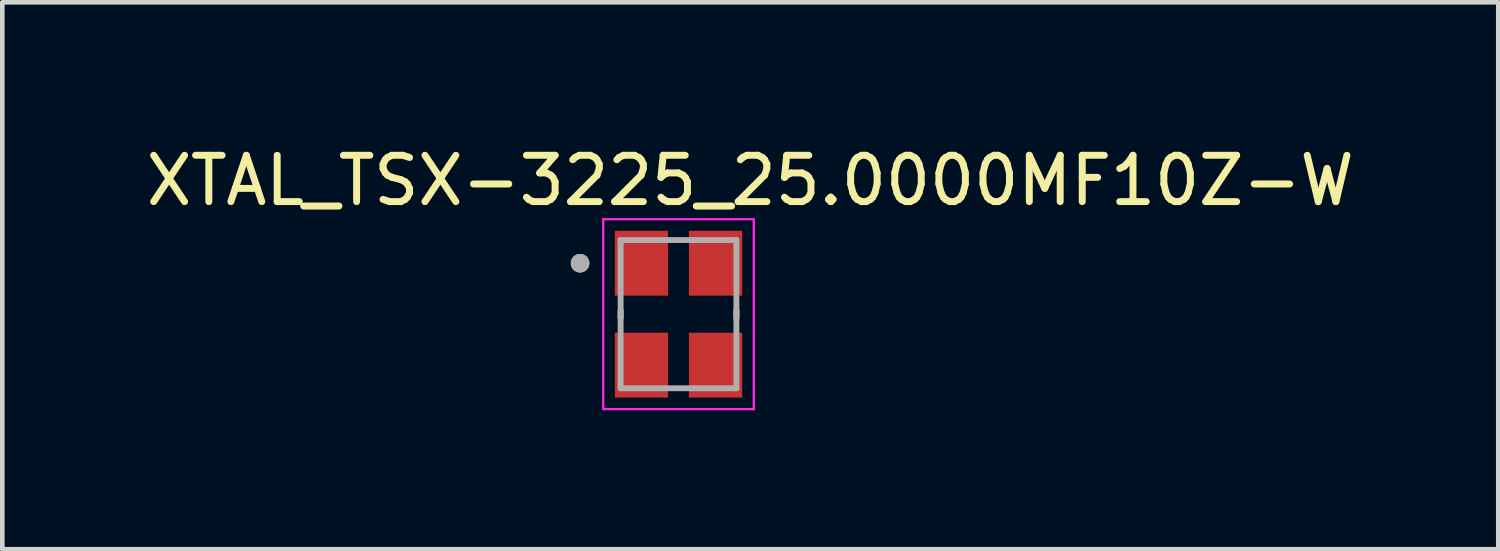
<source format=kicad_pcb>
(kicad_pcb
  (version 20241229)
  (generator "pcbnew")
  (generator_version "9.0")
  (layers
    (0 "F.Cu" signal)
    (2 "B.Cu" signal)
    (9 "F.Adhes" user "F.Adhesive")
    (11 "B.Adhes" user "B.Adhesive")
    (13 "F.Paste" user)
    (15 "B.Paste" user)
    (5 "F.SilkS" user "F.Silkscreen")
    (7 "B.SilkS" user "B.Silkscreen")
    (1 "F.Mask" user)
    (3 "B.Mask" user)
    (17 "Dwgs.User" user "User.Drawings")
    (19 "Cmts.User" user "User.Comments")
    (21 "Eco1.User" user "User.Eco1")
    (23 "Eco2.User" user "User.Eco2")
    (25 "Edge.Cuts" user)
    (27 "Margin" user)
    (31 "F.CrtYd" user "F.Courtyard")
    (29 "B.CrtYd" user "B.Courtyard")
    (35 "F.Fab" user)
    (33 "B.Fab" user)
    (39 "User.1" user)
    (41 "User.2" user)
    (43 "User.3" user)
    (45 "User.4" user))
  (footprint "XTAL_TSX-3225_25.0000MF10Z-W"
    (layer "F.Cu")
    (at 11.599 3.733)
    (property "Reference" "XTAL_TSX-3225_25.0000MF10Z-W" (at 1.55 -2.885 0) (layer "F.SilkS") (effects (font (size 1 1) (thickness 0.15))))
    (attr smd)
    (fp_line (start -1.25 -0.08) (end -1.25 0.08) (stroke (width 0.127) (type solid)) (layer "F.SilkS"))
    (fp_line (start 1.25 -0.08) (end 1.25 0.08) (stroke (width 0.127) (type solid)) (layer "F.SilkS"))
    (fp_circle (center -2.125 -1.1) (end -2.025 -1.1) (stroke (width 0.2) (type solid)) (fill no) (layer "F.SilkS"))
    (fp_line (start -1.625 -2.05) (end -1.625 2.05) (stroke (width 0.05) (type solid)) (layer "F.CrtYd"))
    (fp_line (start -1.625 -2.05) (end 1.625 -2.05) (stroke (width 0.05) (type solid)) (layer "F.CrtYd"))
    (fp_line (start 1.625 -2.05) (end 1.625 2.05) (stroke (width 0.05) (type solid)) (layer "F.CrtYd"))
    (fp_line (start 1.625 2.05) (end -1.625 2.05) (stroke (width 0.05) (type solid)) (layer "F.CrtYd"))
    (fp_line (start -1.25 -1.6) (end -1.25 1.6) (stroke (width 0.127) (type solid)) (layer "F.Fab"))
    (fp_line (start -1.25 -1.6) (end 1.25 -1.6) (stroke (width 0.127) (type solid)) (layer "F.Fab"))
    (fp_line (start 1.25 -1.6) (end 1.25 1.6) (stroke (width 0.127) (type solid)) (layer "F.Fab"))
    (fp_line (start 1.25 1.6) (end -1.25 1.6) (stroke (width 0.127) (type solid)) (layer "F.Fab"))
    (fp_circle (center -2.125 -1.1) (end -2.025 -1.1) (stroke (width 0.2) (type solid)) (fill no) (layer "F.Fab"))
    (pad "1" smd rect (at -0.8 -1.1) (size 1.15 1.4) (layers "F.Cu" "F.Mask" "F.Paste"))
    (pad "2" smd rect (at -0.8 1.1) (size 1.15 1.4) (layers "F.Cu" "F.Mask" "F.Paste"))
    (pad "3" smd rect (at 0.8 1.1) (size 1.15 1.4) (layers "F.Cu" "F.Mask" "F.Paste"))
    (pad "4" smd rect (at 0.8 -1.1) (size 1.15 1.4) (layers "F.Cu" "F.Mask" "F.Paste")))
  (gr_rect
    (start -3 -3)
    (end 29.298 8.808)
    (stroke (width 0.1) (type default))
    (fill no)
    (layer "Edge.Cuts")))
</source>
